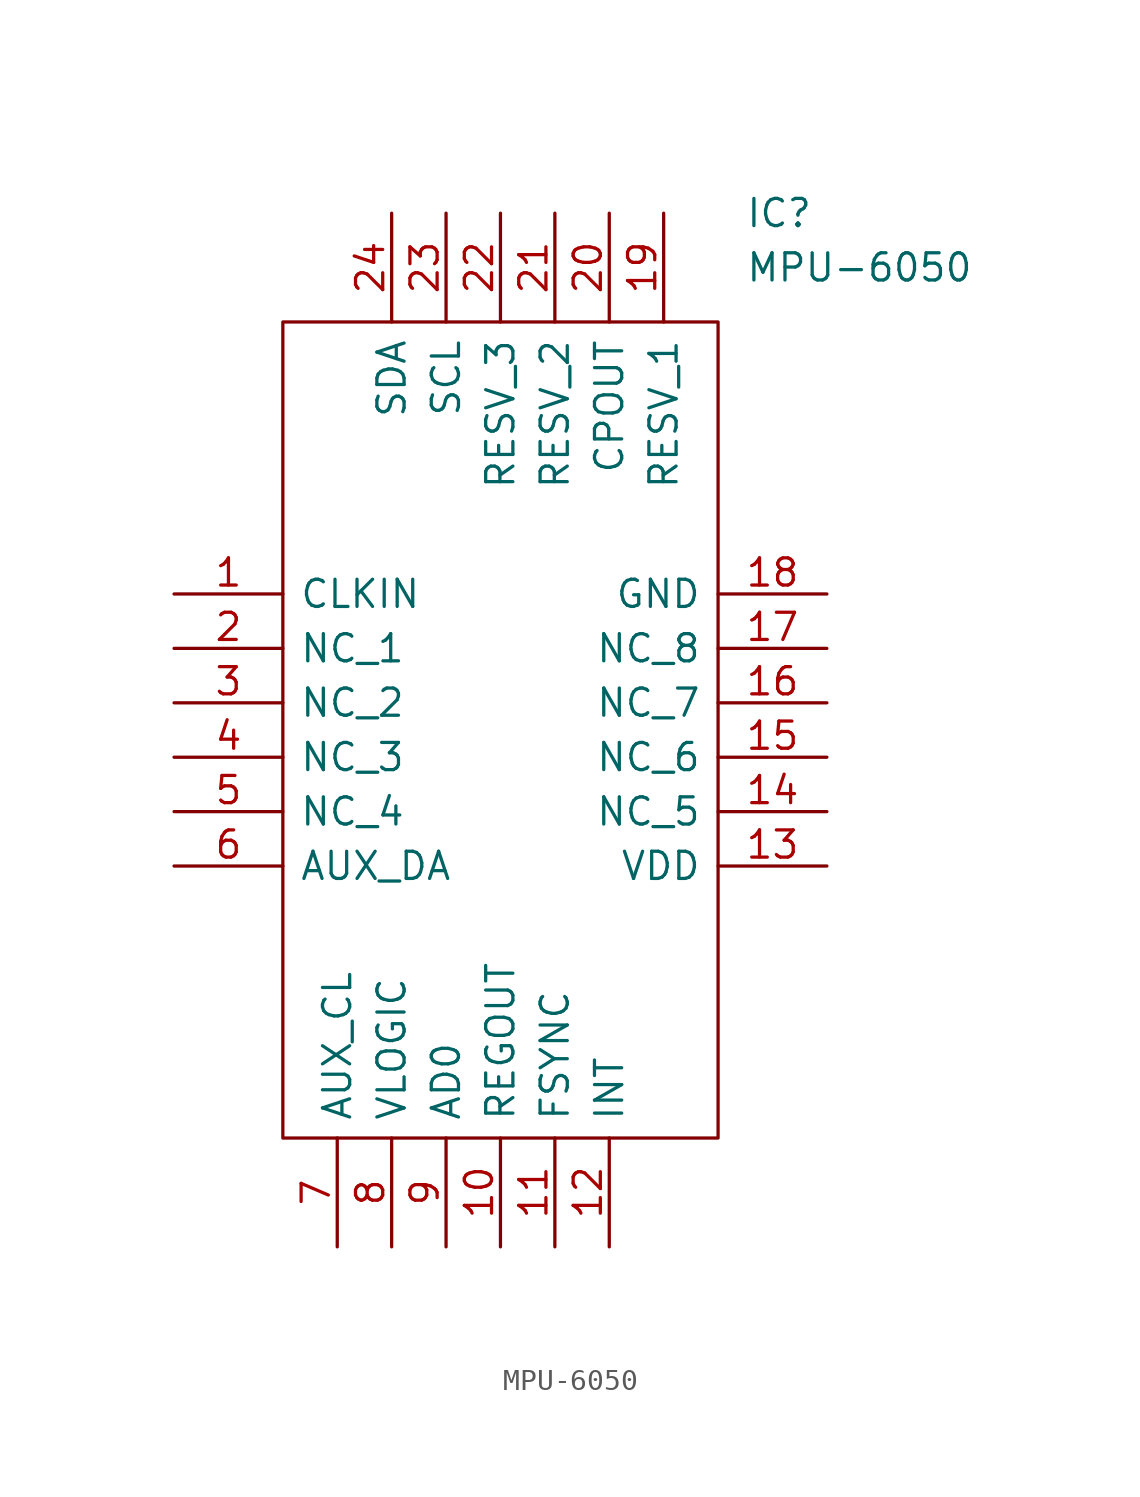
<source format=kicad_sym>
(kicad_symbol_lib
  (version 20211014)
  (generator kicad_symbol_editor)
  (symbol "MPU-6050"
    (pin_names
      (offset 0.762))
    (property "Reference" "IC"
      (at 26.67 17.78 0)
      (effects (font (size 1.27 1.27)) (justify left)))
    (property "Value" "MPU-6050"
      (at 26.67 15.24 0)
      (effects (font (size 1.27 1.27)) (justify left)))
    (symbol "MPU-6050_0_0"
      (pin passive line (at 0 0 0) (length 5.08) (name "CLKIN" (effects (font (size 1.27 1.27)))) (number "1" (effects (font (size 1.27 1.27)))))
      (pin passive line (at 15.24 -30.48 90) (length 5.08) (name "REGOUT" (effects (font (size 1.27 1.27)))) (number "10" (effects (font (size 1.27 1.27)))))
      (pin passive line (at 17.78 -30.48 90) (length 5.08) (name "FSYNC" (effects (font (size 1.27 1.27)))) (number "11" (effects (font (size 1.27 1.27)))))
      (pin passive line (at 20.32 -30.48 90) (length 5.08) (name "INT" (effects (font (size 1.27 1.27)))) (number "12" (effects (font (size 1.27 1.27)))))
      (pin passive line (at 30.48 -12.7 180) (length 5.08) (name "VDD" (effects (font (size 1.27 1.27)))) (number "13" (effects (font (size 1.27 1.27)))))
      (pin passive line (at 30.48 -10.16 180) (length 5.08) (name "NC_5" (effects (font (size 1.27 1.27)))) (number "14" (effects (font (size 1.27 1.27)))))
      (pin passive line (at 30.48 -7.62 180) (length 5.08) (name "NC_6" (effects (font (size 1.27 1.27)))) (number "15" (effects (font (size 1.27 1.27)))))
      (pin passive line (at 30.48 -5.08 180) (length 5.08) (name "NC_7" (effects (font (size 1.27 1.27)))) (number "16" (effects (font (size 1.27 1.27)))))
      (pin passive line (at 30.48 -2.54 180) (length 5.08) (name "NC_8" (effects (font (size 1.27 1.27)))) (number "17" (effects (font (size 1.27 1.27)))))
      (pin passive line (at 30.48 0 180) (length 5.08) (name "GND" (effects (font (size 1.27 1.27)))) (number "18" (effects (font (size 1.27 1.27)))))
      (pin passive line (at 22.86 17.78 270) (length 5.08) (name "RESV_1" (effects (font (size 1.27 1.27)))) (number "19" (effects (font (size 1.27 1.27)))))
      (pin passive line (at 0 -2.54 0) (length 5.08) (name "NC_1" (effects (font (size 1.27 1.27)))) (number "2" (effects (font (size 1.27 1.27)))))
      (pin passive line (at 20.32 17.78 270) (length 5.08) (name "CPOUT" (effects (font (size 1.27 1.27)))) (number "20" (effects (font (size 1.27 1.27)))))
      (pin passive line (at 17.78 17.78 270) (length 5.08) (name "RESV_2" (effects (font (size 1.27 1.27)))) (number "21" (effects (font (size 1.27 1.27)))))
      (pin passive line (at 15.24 17.78 270) (length 5.08) (name "RESV_3" (effects (font (size 1.27 1.27)))) (number "22" (effects (font (size 1.27 1.27)))))
      (pin passive line (at 12.7 17.78 270) (length 5.08) (name "SCL" (effects (font (size 1.27 1.27)))) (number "23" (effects (font (size 1.27 1.27)))))
      (pin passive line (at 10.16 17.78 270) (length 5.08) (name "SDA" (effects (font (size 1.27 1.27)))) (number "24" (effects (font (size 1.27 1.27)))))
      (pin passive line (at 0 -5.08 0) (length 5.08) (name "NC_2" (effects (font (size 1.27 1.27)))) (number "3" (effects (font (size 1.27 1.27)))))
      (pin passive line (at 0 -7.62 0) (length 5.08) (name "NC_3" (effects (font (size 1.27 1.27)))) (number "4" (effects (font (size 1.27 1.27)))))
      (pin passive line (at 0 -10.16 0) (length 5.08) (name "NC_4" (effects (font (size 1.27 1.27)))) (number "5" (effects (font (size 1.27 1.27)))))
      (pin passive line (at 0 -12.7 0) (length 5.08) (name "AUX_DA" (effects (font (size 1.27 1.27)))) (number "6" (effects (font (size 1.27 1.27)))))
      (pin passive line (at 7.62 -30.48 90) (length 5.08) (name "AUX_CL" (effects (font (size 1.27 1.27)))) (number "7" (effects (font (size 1.27 1.27)))))
      (pin passive line (at 10.16 -30.48 90) (length 5.08) (name "VLOGIC" (effects (font (size 1.27 1.27)))) (number "8" (effects (font (size 1.27 1.27)))))
      (pin passive line (at 12.7 -30.48 90) (length 5.08) (name "AD0" (effects (font (size 1.27 1.27)))) (number "9" (effects (font (size 1.27 1.27))))))
    (symbol "MPU-6050_0_1"
      (polyline (pts (xy 5.08 12.7) (xy 25.4 12.7) (xy 25.4 -25.4) (xy 5.08 -25.4) (xy 5.08 12.7)) (stroke (width 0.152) (type default) (color 0 0 0 0)) (fill (type none))))))
</source>
